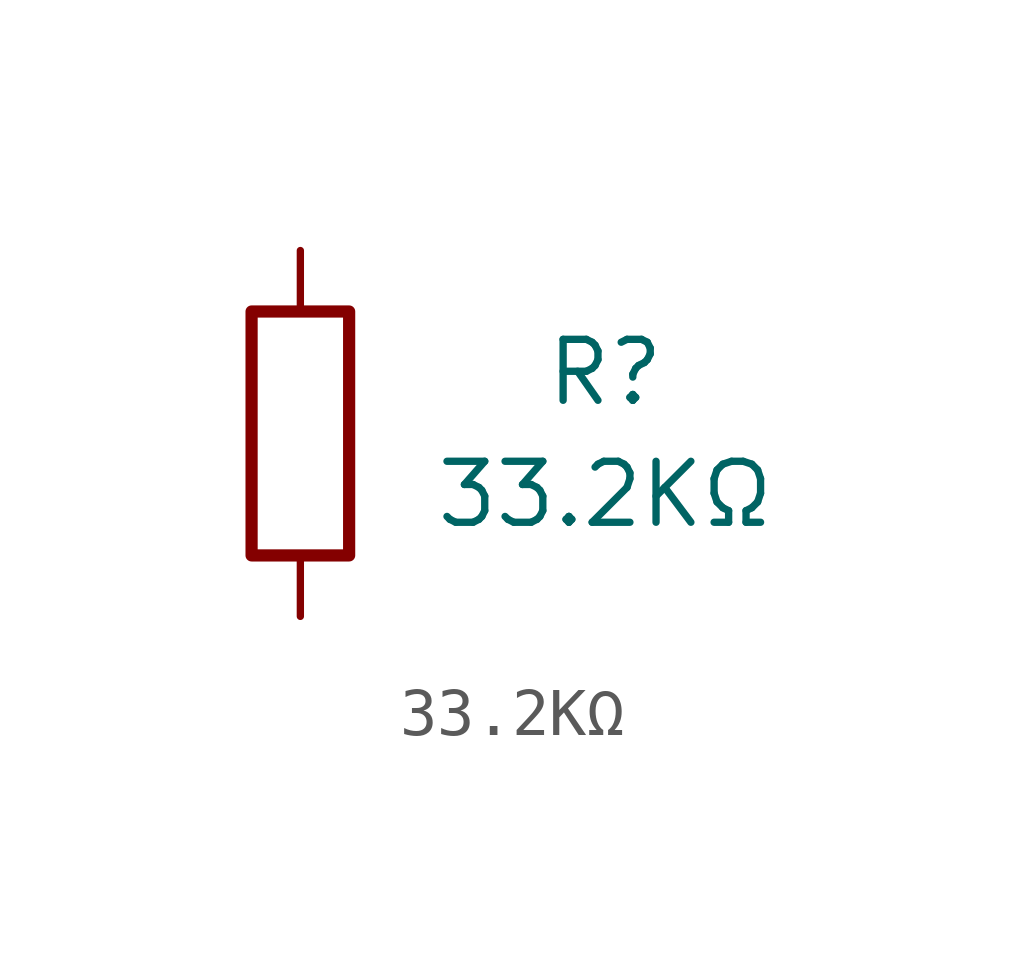
<source format=kicad_sym>
(kicad_symbol_lib
  (version 20241209)
  (generator "kicad_symbol_editor")
  (generator_version "9.0")
  (symbol "33.2KΩ"
    (pin_numbers
      (hide yes))
    (pin_names
      (offset 0))
    (property "Reference" "R"
      (at 6.35 1.27 0)
      (effects (font (size 1.27 1.27))))
    (property "Value" "33.2KΩ"
      (at 6.35 -1.27 0)
      (effects (font (size 1.27 1.27))))
    (symbol "33.2KΩ_0_1"
      (rectangle (start -1.016 -2.54) (end 1.016 2.54) (stroke (width 0.254) (type solid)) (fill (type none))))
    (symbol "33.2KΩ_1_1"
      (pin passive line (at 0 3.81 270) (length 1.27) (name "~" (effects (font (size 1.27 1.27)))) (number "1" (effects (font (size 1.27 1.27)))))
      (pin passive line (at 0 -3.81 90) (length 1.27) (name "~" (effects (font (size 1.27 1.27)))) (number "2" (effects (font (size 1.27 1.27))))))))
</source>
